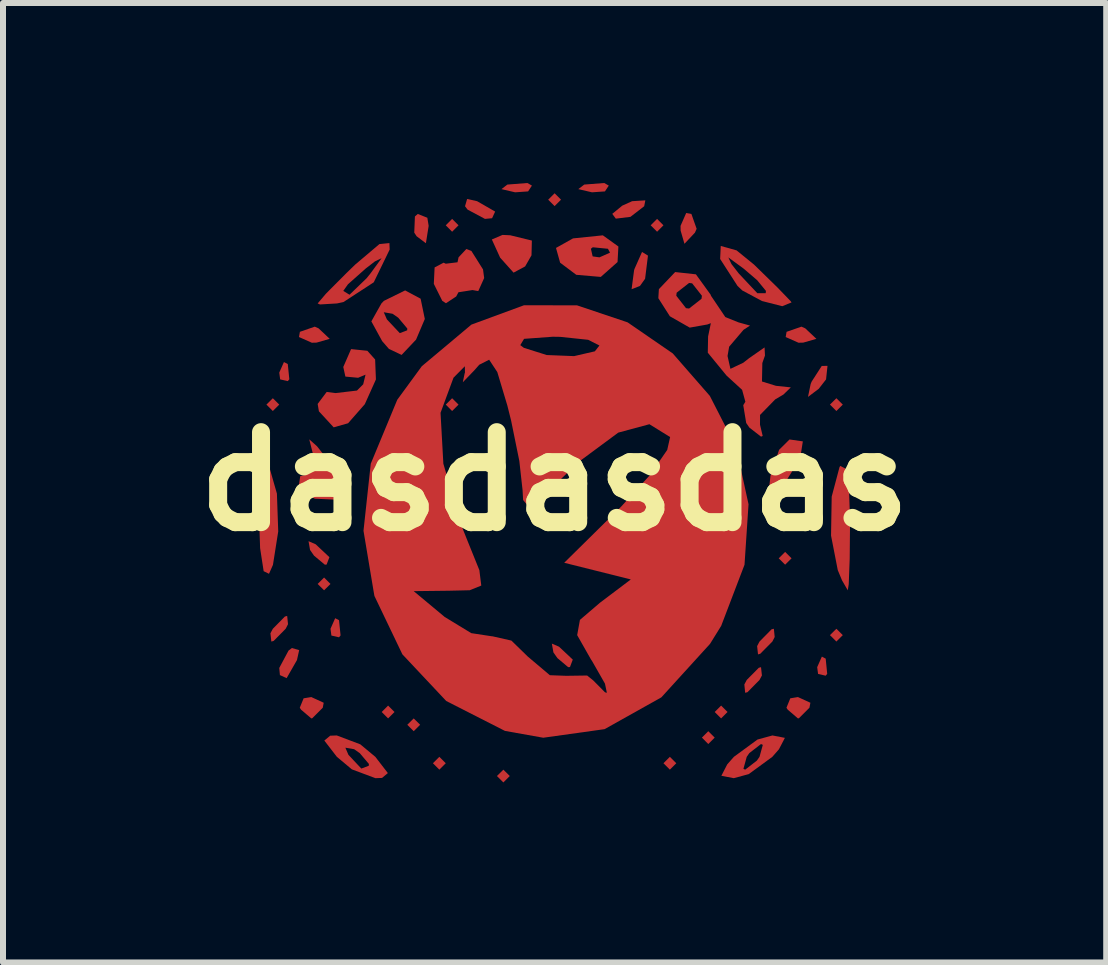
<source format=kicad_pcb>
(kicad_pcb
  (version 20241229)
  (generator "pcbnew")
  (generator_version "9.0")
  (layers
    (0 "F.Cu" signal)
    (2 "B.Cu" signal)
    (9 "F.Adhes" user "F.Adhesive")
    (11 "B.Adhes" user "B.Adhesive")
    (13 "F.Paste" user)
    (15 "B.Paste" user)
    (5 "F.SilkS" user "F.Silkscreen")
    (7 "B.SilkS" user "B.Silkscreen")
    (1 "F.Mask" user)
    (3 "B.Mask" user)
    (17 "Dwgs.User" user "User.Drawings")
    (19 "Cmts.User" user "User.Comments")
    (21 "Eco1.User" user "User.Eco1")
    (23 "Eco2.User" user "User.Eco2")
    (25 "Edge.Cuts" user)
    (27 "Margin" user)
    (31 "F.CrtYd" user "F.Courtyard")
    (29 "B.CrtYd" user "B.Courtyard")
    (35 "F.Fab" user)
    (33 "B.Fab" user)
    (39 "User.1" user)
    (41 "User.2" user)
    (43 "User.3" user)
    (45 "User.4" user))
  (footprint "dasdasdas"
    (layer "F.Cu")
    (at 6.193 4.974)
    (property "Reference" "dasdasdas" (at 0 0 0) (layer "F.SilkS") (effects (font (size 1.5 1.5) (thickness 0.3))))
    (attr board_only exclude_from_pos_files exclude_from_bom)
    (fp_poly (pts (xy -4.589 -1.281) (xy -4.696 -1.174) (xy -4.803 -1.281) (xy -4.696 -1.387)) (stroke (width 0) (type solid)) (fill yes) (layer "F.Cu"))
    (fp_poly (pts (xy -3.735 1.708) (xy -3.842 1.814) (xy -3.949 1.708) (xy -3.842 1.601)) (stroke (width 0) (type solid)) (fill yes) (layer "F.Cu"))
    (fp_poly (pts (xy -2.668 3.842) (xy -2.775 3.949) (xy -2.882 3.842) (xy -2.775 3.735)) (stroke (width 0) (type solid)) (fill yes) (layer "F.Cu"))
    (fp_poly (pts (xy -2.241 4.055) (xy -2.348 4.162) (xy -2.455 4.055) (xy -2.348 3.949)) (stroke (width 0) (type solid)) (fill yes) (layer "F.Cu"))
    (fp_poly (pts (xy -1.814 4.696) (xy -1.921 4.803) (xy -2.028 4.696) (xy -1.921 4.589)) (stroke (width 0) (type solid)) (fill yes) (layer "F.Cu"))
    (fp_poly (pts (xy -1.601 -4.269) (xy -1.708 -4.162) (xy -1.814 -4.269) (xy -1.708 -4.376)) (stroke (width 0) (type solid)) (fill yes) (layer "F.Cu"))
    (fp_poly (pts (xy -1.601 -1.281) (xy -1.708 -1.174) (xy -1.814 -1.281) (xy -1.708 -1.387)) (stroke (width 0) (type solid)) (fill yes) (layer "F.Cu"))
    (fp_poly (pts (xy -0.747 4.909) (xy -0.854 5.016) (xy -0.961 4.909) (xy -0.854 4.803)) (stroke (width 0) (type solid)) (fill yes) (layer "F.Cu"))
    (fp_poly (pts (xy 0.107 -4.696) (xy 0 -4.589) (xy -0.107 -4.696) (xy 0 -4.803)) (stroke (width 0) (type solid)) (fill yes) (layer "F.Cu"))
    (fp_poly (pts (xy 1.814 -4.269) (xy 1.708 -4.162) (xy 1.601 -4.269) (xy 1.708 -4.376)) (stroke (width 0) (type solid)) (fill yes) (layer "F.Cu"))
    (fp_poly (pts (xy 2.028 4.696) (xy 1.921 4.803) (xy 1.814 4.696) (xy 1.921 4.589)) (stroke (width 0) (type solid)) (fill yes) (layer "F.Cu"))
    (fp_poly (pts (xy 2.668 4.269) (xy 2.561 4.376) (xy 2.455 4.269) (xy 2.561 4.162)) (stroke (width 0) (type solid)) (fill yes) (layer "F.Cu"))
    (fp_poly (pts (xy 2.882 3.842) (xy 2.775 3.949) (xy 2.668 3.842) (xy 2.775 3.735)) (stroke (width 0) (type solid)) (fill yes) (layer "F.Cu"))
    (fp_poly (pts (xy 3.949 1.281) (xy 3.842 1.387) (xy 3.735 1.281) (xy 3.842 1.174)) (stroke (width 0) (type solid)) (fill yes) (layer "F.Cu"))
    (fp_poly (pts (xy 4.376 0) (xy 4.269 0.107) (xy 4.162 0) (xy 4.269 -0.107)) (stroke (width 0) (type solid)) (fill yes) (layer "F.Cu"))
    (fp_poly (pts (xy 4.803 -1.281) (xy 4.696 -1.174) (xy 4.589 -1.281) (xy 4.696 -1.387)) (stroke (width 0) (type solid)) (fill yes) (layer "F.Cu"))
    (fp_poly (pts (xy 4.803 2.561) (xy 4.696 2.668) (xy 4.589 2.561) (xy 4.696 2.455)) (stroke (width 0) (type solid)) (fill yes) (layer "F.Cu"))
    (fp_poly (pts (xy -4.447 -1.957) (xy -4.421 -1.703) (xy -4.447 -1.672) (xy -4.574 -1.701) (xy -4.589 -1.814) (xy -4.511 -1.99)) (stroke (width 0) (type solid)) (fill yes) (layer "F.Cu"))
    (fp_poly (pts (xy -3.593 2.312) (xy -3.567 2.566) (xy -3.593 2.597) (xy -3.72 2.568) (xy -3.735 2.455) (xy -3.657 2.279)) (stroke (width 0) (type solid)) (fill yes) (layer "F.Cu"))
    (fp_poly (pts (xy -0.378 -4.931) (xy -0.442 -4.834) (xy -0.658 -4.819) (xy -0.886 -4.872) (xy -0.787 -4.948) (xy -0.453 -4.974)) (stroke (width 0) (type solid)) (fill yes) (layer "F.Cu"))
    (fp_poly (pts (xy 0.903 -4.931) (xy 0.839 -4.834) (xy 0.623 -4.819) (xy 0.395 -4.872) (xy 0.494 -4.948) (xy 0.827 -4.974)) (stroke (width 0) (type solid)) (fill yes) (layer "F.Cu"))
    (fp_poly (pts (xy 4.518 2.953) (xy 4.543 3.206) (xy 4.518 3.237) (xy 4.391 3.208) (xy 4.376 3.095) (xy 4.454 2.919)) (stroke (width 0) (type solid)) (fill yes) (layer "F.Cu"))
    (fp_poly (pts (xy -4.257 2.811) (xy -4.294 2.977) (xy -4.466 3.278) (xy -4.578 3.227) (xy -4.589 3.108) (xy -4.434 2.818) (xy -4.378 2.776)) (stroke (width 0) (type solid)) (fill yes) (layer "F.Cu"))
    (fp_poly (pts (xy -3.982 1.047) (xy -3.753 1.262) (xy -3.8 1.385) (xy -3.829 1.387) (xy -4.01 1.236) (xy -4.076 1.141) (xy -4.101 0.995)) (stroke (width 0) (type solid)) (fill yes) (layer "F.Cu"))
    (fp_poly (pts (xy -3.934 -2.552) (xy -3.748 -2.377) (xy -3.967 -2.314) (xy -4.046 -2.312) (xy -4.26 -2.407) (xy -4.245 -2.494) (xy -3.997 -2.58)) (stroke (width 0) (type solid)) (fill yes) (layer "F.Cu"))
    (fp_poly (pts (xy -2.121 -4.395) (xy -2.099 -4.26) (xy -2.145 -3.97) (xy -2.3 -4.087) (xy -2.339 -4.147) (xy -2.328 -4.417) (xy -2.28 -4.458)) (stroke (width 0) (type solid)) (fill yes) (layer "F.Cu"))
    (fp_poly (pts (xy -1.292 -4.671) (xy -0.991 -4.498) (xy -1.042 -4.387) (xy -1.161 -4.376) (xy -1.451 -4.531) (xy -1.493 -4.587) (xy -1.458 -4.708)) (stroke (width 0) (type solid)) (fill yes) (layer "F.Cu"))
    (fp_poly (pts (xy 0.074 2.754) (xy 0.303 2.969) (xy 0.256 3.093) (xy 0.226 3.095) (xy 0.046 2.943) (xy -0.02 2.849) (xy -0.046 2.702)) (stroke (width 0) (type solid)) (fill yes) (layer "F.Cu"))
    (fp_poly (pts (xy 1.493 -4.587) (xy 1.264 -4.41) (xy 1.02 -4.38) (xy 0.961 -4.46) (xy 1.128 -4.597) (xy 1.292 -4.671) (xy 1.512 -4.685)) (stroke (width 0) (type solid)) (fill yes) (layer "F.Cu"))
    (fp_poly (pts (xy 1.556 -3.764) (xy 1.508 -3.378) (xy 1.423 -3.259) (xy 1.283 -3.204) (xy 1.324 -3.516) (xy 1.33 -3.539) (xy 1.457 -3.825)) (stroke (width 0) (type solid)) (fill yes) (layer "F.Cu"))
    (fp_poly (pts (xy 2.28 -4.458) (xy 2.367 -4.211) (xy 2.339 -4.147) (xy 2.164 -3.961) (xy 2.1 -4.181) (xy 2.099 -4.26) (xy 2.193 -4.474)) (stroke (width 0) (type solid)) (fill yes) (layer "F.Cu"))
    (fp_poly (pts (xy 4.177 -2.552) (xy 4.363 -2.377) (xy 4.144 -2.314) (xy 4.065 -2.312) (xy 3.851 -2.407) (xy 3.866 -2.494) (xy 4.114 -2.58)) (stroke (width 0) (type solid)) (fill yes) (layer "F.Cu"))
    (fp_poly (pts (xy 4.524 -1.701) (xy 4.402 -1.544) (xy 4.223 -1.409) (xy 4.267 -1.623) (xy 4.283 -1.663) (xy 4.452 -1.925) (xy 4.548 -1.927)) (stroke (width 0) (type solid)) (fill yes) (layer "F.Cu"))
    (fp_poly (pts (xy -4.443 2.379) (xy -4.482 2.455) (xy -4.683 2.658) (xy -4.721 2.668) (xy -4.736 2.53) (xy -4.696 2.455) (xy -4.495 2.251) (xy -4.457 2.241)) (stroke (width 0) (type solid)) (fill yes) (layer "F.Cu"))
    (fp_poly (pts (xy -3.848 3.688) (xy -3.864 3.771) (xy -4.039 3.946) (xy -4.055 3.949) (xy -4.226 3.803) (xy -4.247 3.771) (xy -4.183 3.614) (xy -4.055 3.593)) (stroke (width 0) (type solid)) (fill yes) (layer "F.Cu"))
    (fp_poly (pts (xy -0.74 -4.103) (xy -0.379 -4.015) (xy -0.385 -3.769) (xy -0.491 -3.584) (xy -0.684 -3.48) (xy -0.908 -3.73) (xy -1.046 -4.033) (xy -0.868 -4.109)) (stroke (width 0) (type solid)) (fill yes) (layer "F.Cu"))
    (fp_poly (pts (xy 3.455 3.233) (xy 3.415 3.308) (xy 3.214 3.512) (xy 3.176 3.522) (xy 3.162 3.384) (xy 3.202 3.308) (xy 3.403 3.105) (xy 3.44 3.095)) (stroke (width 0) (type solid)) (fill yes) (layer "F.Cu"))
    (fp_poly (pts (xy 3.668 2.592) (xy 3.629 2.668) (xy 3.427 2.872) (xy 3.39 2.882) (xy 3.375 2.744) (xy 3.415 2.668) (xy 3.616 2.464) (xy 3.654 2.455)) (stroke (width 0) (type solid)) (fill yes) (layer "F.Cu"))
    (fp_poly (pts (xy 4.137 -0.668) (xy 4.092 -0.382) (xy 3.845 0.013) (xy 3.614 0.287) (xy 3.565 0.189) (xy 3.598 -0.095) (xy 3.741 -0.527) (xy 3.915 -0.7)) (stroke (width 0) (type solid)) (fill yes) (layer "F.Cu"))
    (fp_poly (pts (xy 4.263 3.688) (xy 4.247 3.771) (xy 4.072 3.946) (xy 4.055 3.949) (xy 3.885 3.803) (xy 3.864 3.771) (xy 3.928 3.614) (xy 4.055 3.593)) (stroke (width 0) (type solid)) (fill yes) (layer "F.Cu"))
    (fp_poly (pts (xy -4.628 0.202) (xy -4.606 0.832) (xy -4.694 1.39) (xy -4.76 1.539) (xy -4.849 1.495) (xy -4.908 1.112) (xy -4.924 0.64) (xy -4.898 0.057) (xy -4.831 -0.257) (xy -4.76 -0.259)) (stroke (width 0) (type solid)) (fill yes) (layer "F.Cu"))
    (fp_poly (pts (xy 4.849 -0.214) (xy 4.908 0.17) (xy 4.924 0.648) (xy 4.918 1.289) (xy 4.902 1.712) (xy 4.886 1.814) (xy 4.79 1.648) (xy 4.719 1.477) (xy 4.607 0.902) (xy 4.618 0.252) (xy 4.748 -0.238) (xy 4.76 -0.259)) (stroke (width 0) (type solid)) (fill yes) (layer "F.Cu"))
    (fp_poly (pts (xy -3.959 -0.586) (xy -3.843 -0.439) (xy -3.594 -0.055) (xy -3.522 0.148) (xy -3.678 0.302) (xy -3.999 0.287) (xy -4.265 0.114) (xy -4.269 0.107) (xy -4.239 -0.089) (xy -4.152 -0.107) (xy -4 -0.266) (xy -4.033 -0.48) (xy -4.089 -0.702)) (stroke (width 0) (type solid)) (fill yes) (layer "F.Cu"))
    (fp_poly (pts (xy -1.387 -3.842) (xy -1.193 -3.534) (xy -1.174 -3.39) (xy -1.272 -3.173) (xy -1.369 -3.19) (xy -1.603 -3.153) (xy -1.64 -3.083) (xy -1.811 -2.97) (xy -1.872 -3.01) (xy -2.013 -3.293) (xy -2 -3.567) (xy -1.85 -3.646) (xy -1.814 -3.629) (xy -1.618 -3.653) (xy -1.601 -3.735) (xy -1.471 -3.874)) (stroke (width 0) (type solid)) (fill yes) (layer "F.Cu"))
    (fp_poly (pts (xy -3.121 -2.178) (xy -2.991 -2.033) (xy -2.978 -1.7) (xy -3.163 -1.288) (xy -3.442 -0.97) (xy -3.682 -0.902) (xy -3.928 -1.169) (xy -3.949 -1.292) (xy -3.799 -1.492) (xy -3.65 -1.473) (xy -3.294 -1.515) (xy -3.19 -1.619) (xy -3.151 -1.78) (xy -3.275 -1.728) (xy -3.487 -1.748) (xy -3.522 -1.908) (xy -3.392 -2.206)) (stroke (width 0) (type solid)) (fill yes) (layer "F.Cu"))
    (fp_poly (pts (xy 1.063 -3.916) (xy 1.049 -3.657) (xy 0.77 -3.409) (xy 0.361 -3.444) (xy 0.092 -3.646) (xy 0.027 -3.878) (xy 0.605 -3.878) (xy 0.634 -3.751) (xy 0.747 -3.735) (xy 0.923 -3.813) (xy 0.889 -3.878) (xy 0.636 -3.903) (xy 0.605 -3.878) (xy 0.027 -3.878) (xy 0.023 -3.892) (xy 0.307 -4.051) (xy 0.804 -4.102)) (stroke (width 0) (type solid)) (fill yes) (layer "F.Cu"))
    (fp_poly (pts (xy -3.238 4.381) (xy -2.988 4.589) (xy -2.779 4.86) (xy -2.876 4.941) (xy -2.986 4.945) (xy -3.379 4.798) (xy -3.629 4.589) (xy -3.746 4.437) (xy -3.487 4.437) (xy -3.436 4.556) (xy -3.221 4.785) (xy -3.097 4.738) (xy -3.095 4.708) (xy -3.247 4.528) (xy -3.341 4.462) (xy -3.487 4.437) (xy -3.746 4.437) (xy -3.838 4.318) (xy -3.74 4.237) (xy -3.63 4.233)) (stroke (width 0) (type solid)) (fill yes) (layer "F.Cu"))
    (fp_poly (pts (xy -2.233 -3.046) (xy -2.163 -2.708) (xy -2.309 -2.364) (xy -2.55 -2.109) (xy -2.761 -2.209) (xy -2.874 -2.339) (xy -3.054 -2.668) (xy -2.969 -2.82) (xy -2.847 -2.82) (xy -2.795 -2.701) (xy -2.58 -2.472) (xy -2.457 -2.519) (xy -2.455 -2.549) (xy -2.606 -2.729) (xy -2.701 -2.795) (xy -2.847 -2.82) (xy -2.969 -2.82) (xy -2.886 -2.967) (xy -2.845 -3.01) (xy -2.491 -3.184)) (stroke (width 0) (type solid)) (fill yes) (layer "F.Cu"))
    (fp_poly (pts (xy 3.838 4.273) (xy 3.739 4.463) (xy 3.629 4.589) (xy 3.236 4.877) (xy 2.986 4.945) (xy 2.779 4.905) (xy 2.839 4.789) (xy 3.147 4.789) (xy 3.176 4.803) (xy 3.371 4.652) (xy 3.415 4.589) (xy 3.47 4.39) (xy 3.44 4.376) (xy 3.246 4.526) (xy 3.202 4.589) (xy 3.147 4.789) (xy 2.839 4.789) (xy 2.877 4.715) (xy 2.988 4.589) (xy 3.381 4.301) (xy 3.63 4.233)) (stroke (width 0) (type solid)) (fill yes) (layer "F.Cu"))
    (fp_poly (pts (xy -2.749 -3.865) (xy -3.014 -3.319) (xy -3.519 -2.99) (xy -3.626 -2.967) (xy -3.911 -2.95) (xy -3.949 -2.967) (xy -3.811 -3.129) (xy -3.765 -3.176) (xy -3.522 -3.176) (xy -3.418 -3.112) (xy -3.134 -3.386) (xy -3.068 -3.468) (xy -2.883 -3.721) (xy -2.994 -3.668) (xy -3.148 -3.549) (xy -3.444 -3.286) (xy -3.522 -3.176) (xy -3.765 -3.176) (xy -3.465 -3.477) (xy -3.324 -3.614) (xy -2.92 -3.956) (xy -2.753 -3.973)) (stroke (width 0) (type solid)) (fill yes) (layer "F.Cu"))
    (fp_poly (pts (xy 3.033 -3.851) (xy 3.324 -3.614) (xy 3.714 -3.233) (xy 3.932 -3.007) (xy 3.949 -2.984) (xy 3.794 -2.921) (xy 3.457 -3.007) (xy 3.128 -3.183) (xy 3.048 -3.259) (xy 2.759 -3.708) (xy 2.76 -3.734) (xy 2.895 -3.734) (xy 2.948 -3.623) (xy 3.068 -3.468) (xy 3.379 -3.137) (xy 3.518 -3.138) (xy 3.522 -3.176) (xy 3.376 -3.354) (xy 3.148 -3.549) (xy 2.895 -3.734) (xy 2.76 -3.734) (xy 2.769 -3.925)) (stroke (width 0) (type solid)) (fill yes) (layer "F.Cu"))
    (fp_poly (pts (xy 2.355 -3.452) (xy 2.601 -3.112) (xy 2.606 -3.095) (xy 2.845 -2.74) (xy 3.066 -2.651) (xy 3.257 -2.598) (xy 3.148 -2.527) (xy 2.909 -2.246) (xy 2.882 -2.091) (xy 2.93 -1.877) (xy 3.145 -1.979) (xy 3.242 -2.055) (xy 3.499 -2.234) (xy 3.506 -2.099) (xy 3.462 -1.974) (xy 3.456 -1.666) (xy 3.689 -1.594) (xy 3.937 -1.568) (xy 3.814 -1.449) (xy 3.677 -1.368) (xy 3.424 -1.109) (xy 3.423 -0.947) (xy 3.468 -0.758) (xy 3.44 -0.747) (xy 3.246 -0.898) (xy 3.193 -0.975) (xy 3.144 -1.271) (xy 3.179 -1.329) (xy 3.125 -1.527) (xy 2.866 -1.764) (xy 2.553 -2.146) (xy 2.558 -2.417) (xy 2.604 -2.638) (xy 2.545 -2.616) (xy 2.252 -2.564) (xy 1.921 -2.753) (xy 1.729 -3.054) (xy 1.731 -3.095) (xy 2.028 -3.095) (xy 2.19 -2.888) (xy 2.241 -2.882) (xy 2.448 -3.044) (xy 2.455 -3.095) (xy 2.292 -3.302) (xy 2.241 -3.308) (xy 2.034 -3.146) (xy 2.028 -3.095) (xy 1.731 -3.095) (xy 1.738 -3.205) (xy 2.009 -3.49)) (stroke (width 0) (type solid)) (fill yes) (layer "F.Cu"))
    (fp_poly (pts (xy 0.374 -2.935) (xy 1.216 -2.652) (xy 1.969 -2.134) (xy 2.587 -1.426) (xy 3.024 -0.573) (xy 3.232 0.38) (xy 3.165 1.388) (xy 2.776 2.407) (xy 2.59 2.707) (xy 1.779 3.598) (xy 0.833 4.128) (xy -0.189 4.271) (xy -0.828 4.157) (xy -1.806 3.659) (xy -2.537 2.881) (xy -3.003 1.908) (xy -3.017 1.828) (xy -2.348 1.828) (xy -1.832 2.258) (xy -1.389 2.528) (xy -1.041 2.581) (xy -1.038 2.58) (xy -0.72 2.652) (xy -0.446 2.919) (xy -0.079 3.229) (xy 0.193 3.239) (xy 0.542 3.234) (xy 0.646 3.318) (xy 0.84 3.514) (xy 0.871 3.522) (xy 0.839 3.369) (xy 0.626 2.996) (xy 0.606 2.966) (xy 0.376 2.561) (xy 0.422 2.307) (xy 0.756 2.021) (xy 1.27 1.633) (xy 0.715 1.494) (xy 0.16 1.355) (xy 1.111 0.417) (xy 1.585 -0.102) (xy 1.877 -0.526) (xy 1.925 -0.74) (xy 1.58 -0.954) (xy 1.061 -0.814) (xy 0.412 -0.334) (xy 0.249 -0.178) (xy -0.205 0.258) (xy -0.44 0.411) (xy -0.525 0.309) (xy -0.534 0.145) (xy -0.588 -0.342) (xy -0.725 -1.015) (xy -0.787 -1.263) (xy -0.955 -1.823) (xy -1.091 -2.029) (xy -1.256 -1.945) (xy -1.337 -1.853) (xy -1.53 -1.653) (xy -1.499 -1.802) (xy -1.494 -1.814) (xy -1.496 -1.92) (xy -1.685 -1.729) (xy -1.901 -1.144) (xy -1.854 -0.296) (xy -1.548 0.747) (xy -1.474 0.933) (xy -1.254 1.478) (xy -1.222 1.735) (xy -1.415 1.813) (xy -1.761 1.821) (xy -2.348 1.828) (xy -3.017 1.828) (xy -3.185 0.822) (xy -3.064 -0.296) (xy -2.622 -1.362) (xy -2.213 -1.921) (xy -1.794 -2.272) (xy -0.572 -2.272) (xy -0.512 -2.227) (xy -0.131 -2.107) (xy 0.325 -2.089) (xy 0.671 -2.169) (xy 0.747 -2.266) (xy 0.559 -2.361) (xy 0.093 -2.41) (xy -0.031 -2.412) (xy -0.509 -2.377) (xy -0.572 -2.272) (xy -1.794 -2.272) (xy -1.387 -2.614) (xy -0.509 -2.937)) (stroke (width 0) (type solid)) (fill yes) (layer "F.Cu")))
  (gr_rect
    (start -3 -3)
    (end 15.386 12.99)
    (stroke (width 0.1) (type default))
    (fill no)
    (layer "Edge.Cuts")))
</source>
